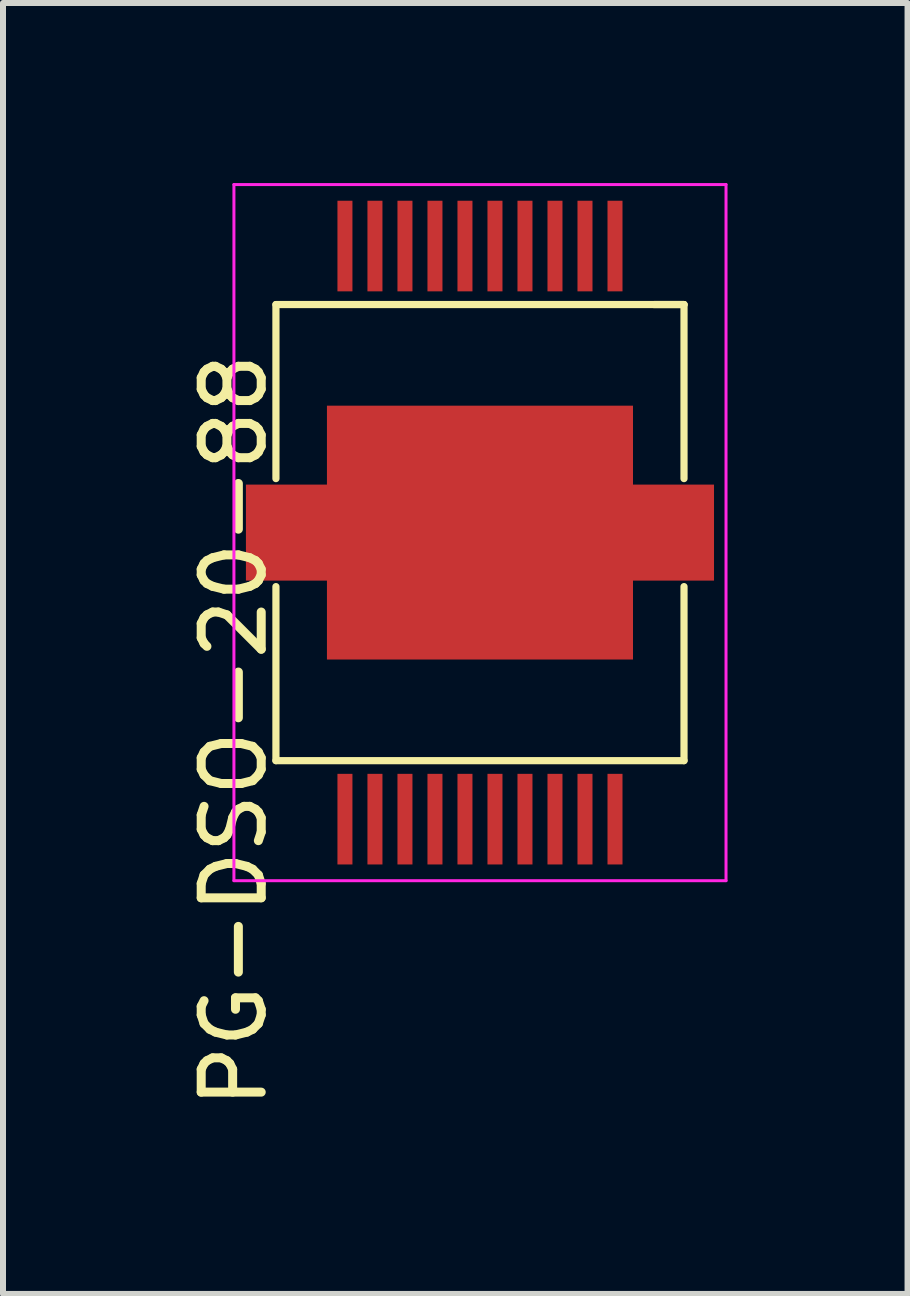
<source format=kicad_pcb>
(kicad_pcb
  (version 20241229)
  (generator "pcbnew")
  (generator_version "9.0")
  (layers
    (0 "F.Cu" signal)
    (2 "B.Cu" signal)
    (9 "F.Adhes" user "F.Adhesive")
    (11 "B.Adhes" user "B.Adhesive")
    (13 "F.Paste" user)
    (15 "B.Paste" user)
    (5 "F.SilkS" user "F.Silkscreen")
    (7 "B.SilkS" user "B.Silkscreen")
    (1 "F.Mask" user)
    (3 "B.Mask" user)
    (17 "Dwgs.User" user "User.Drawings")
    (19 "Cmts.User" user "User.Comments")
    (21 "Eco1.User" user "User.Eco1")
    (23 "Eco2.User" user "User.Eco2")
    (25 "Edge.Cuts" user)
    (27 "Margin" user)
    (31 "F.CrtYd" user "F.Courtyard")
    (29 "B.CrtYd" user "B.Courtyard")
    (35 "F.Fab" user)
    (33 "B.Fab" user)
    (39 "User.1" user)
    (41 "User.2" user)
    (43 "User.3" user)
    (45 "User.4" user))
  (footprint "PG-DSO-20-88"
    (layer "F.Cu")
    (at 4.948 5.825)
    (property "Reference" "PG-DSO-20-88" (at -4.1 3.3 90) (layer "F.SilkS") (effects (font (size 1 1) (thickness 0.15))))
    (attr smd)
    (fp_line (start -3.4 -3.8) (end -3.4 -0.9) (stroke (width 0.12) (type solid)) (layer "F.SilkS"))
    (fp_line (start -3.4 -3.8) (end 3.4 -3.8) (stroke (width 0.12) (type solid)) (layer "F.SilkS"))
    (fp_line (start -3.4 0.9) (end -3.4 3.8) (stroke (width 0.12) (type solid)) (layer "F.SilkS"))
    (fp_line (start -3.4 3.8) (end 3.4 3.8) (stroke (width 0.12) (type solid)) (layer "F.SilkS"))
    (fp_line (start 3.4 -3.8) (end 2.9 -3.8) (stroke (width 0.12) (type solid)) (layer "F.SilkS"))
    (fp_line (start 3.4 -3.8) (end 3.4 -0.9) (stroke (width 0.12) (type solid)) (layer "F.SilkS"))
    (fp_line (start 3.4 3.8) (end 3.4 0.9) (stroke (width 0.12) (type solid)) (layer "F.SilkS"))
    (fp_line (start -4.1 -5.8) (end 4.1 -5.8) (stroke (width 0.05) (type solid)) (layer "F.CrtYd"))
    (fp_line (start -4.1 5.8) (end -4.1 -5.8) (stroke (width 0.05) (type solid)) (layer "F.CrtYd"))
    (fp_line (start 4.1 -5.8) (end 4.1 5.8) (stroke (width 0.05) (type solid)) (layer "F.CrtYd"))
    (fp_line (start 4.1 5.8) (end -4.1 5.8) (stroke (width 0.05) (type solid)) (layer "F.CrtYd"))
    (pad "1" smd rect (at -2.25 4.775) (size 0.25 1.51) (layers "F.Cu" "F.Mask" "F.Paste"))
    (pad "2" smd rect (at -1.75 4.775) (size 0.25 1.51) (layers "F.Cu" "F.Mask" "F.Paste"))
    (pad "3" smd rect (at -1.25 4.775) (size 0.25 1.51) (layers "F.Cu" "F.Mask" "F.Paste"))
    (pad "4" smd rect (at -0.75 4.775) (size 0.25 1.51) (layers "F.Cu" "F.Mask" "F.Paste"))
    (pad "5" smd rect (at -0.25 4.775) (size 0.25 1.51) (layers "F.Cu" "F.Mask" "F.Paste"))
    (pad "6" smd rect (at 0.25 4.775) (size 0.25 1.51) (layers "F.Cu" "F.Mask" "F.Paste"))
    (pad "7" smd rect (at 0.75 4.775) (size 0.25 1.51) (layers "F.Cu" "F.Mask" "F.Paste"))
    (pad "8" smd rect (at 1.25 4.775) (size 0.25 1.51) (layers "F.Cu" "F.Mask" "F.Paste"))
    (pad "9" smd rect (at 1.75 4.775) (size 0.25 1.51) (layers "F.Cu" "F.Mask" "F.Paste"))
    (pad "10" smd rect (at 2.25 4.775) (size 0.25 1.51) (layers "F.Cu" "F.Mask" "F.Paste"))
    (pad "11" smd rect (at 2.25 -4.775) (size 0.25 1.51) (layers "F.Cu" "F.Mask" "F.Paste"))
    (pad "12" smd rect (at 1.75 -4.775) (size 0.25 1.51) (layers "F.Cu" "F.Mask" "F.Paste"))
    (pad "13" smd rect (at 1.25 -4.775) (size 0.25 1.51) (layers "F.Cu" "F.Mask" "F.Paste"))
    (pad "14" smd rect (at 0.75 -4.775) (size 0.25 1.51) (layers "F.Cu" "F.Mask" "F.Paste"))
    (pad "15" smd rect (at 0.25 -4.775) (size 0.25 1.51) (layers "F.Cu" "F.Mask" "F.Paste"))
    (pad "16" smd rect (at -0.25 -4.775) (size 0.25 1.51) (layers "F.Cu" "F.Mask" "F.Paste"))
    (pad "17" smd rect (at -0.75 -4.775) (size 0.25 1.51) (layers "F.Cu" "F.Mask" "F.Paste"))
    (pad "18" smd rect (at -1.25 -4.775) (size 0.25 1.51) (layers "F.Cu" "F.Mask" "F.Paste"))
    (pad "19" smd rect (at -1.75 -4.775) (size 0.25 1.51) (layers "F.Cu" "F.Mask" "F.Paste"))
    (pad "20" smd rect (at -2.25 -4.775) (size 0.25 1.51) (layers "F.Cu" "F.Mask" "F.Paste"))
    (pad "21" smd rect (at 0 0) (size 5.1 4.23) (layers "F.Cu" "F.Mask" "F.Paste"))
    (pad "21" smd rect (at 0 0) (size 7.8 1.6) (layers "F.Cu" "F.Mask" "F.Paste")))
  (gr_rect
    (start -3 -3)
    (end 12.073 18.512)
    (stroke (width 0.1) (type default))
    (fill no)
    (layer "Edge.Cuts")))
</source>
